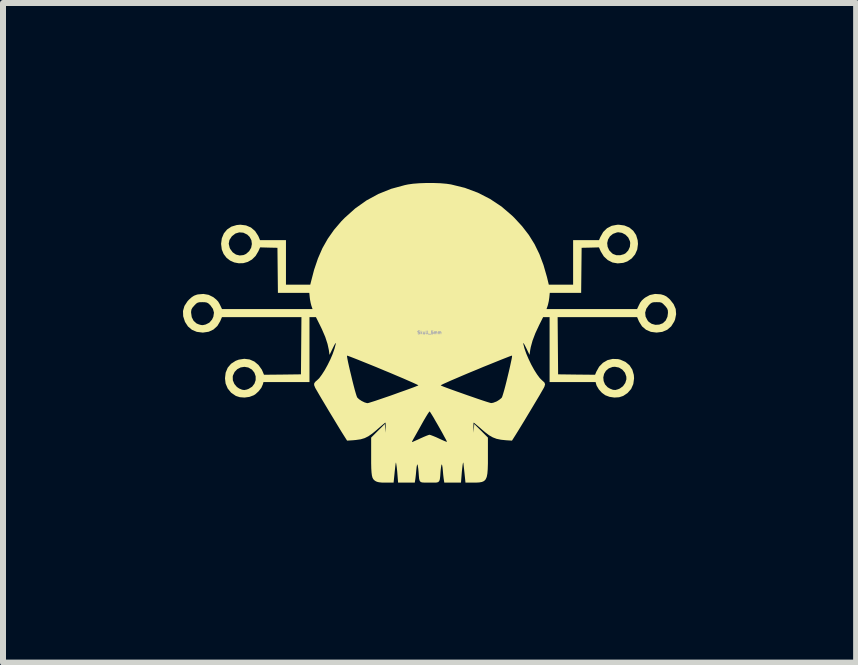
<source format=kicad_pcb>
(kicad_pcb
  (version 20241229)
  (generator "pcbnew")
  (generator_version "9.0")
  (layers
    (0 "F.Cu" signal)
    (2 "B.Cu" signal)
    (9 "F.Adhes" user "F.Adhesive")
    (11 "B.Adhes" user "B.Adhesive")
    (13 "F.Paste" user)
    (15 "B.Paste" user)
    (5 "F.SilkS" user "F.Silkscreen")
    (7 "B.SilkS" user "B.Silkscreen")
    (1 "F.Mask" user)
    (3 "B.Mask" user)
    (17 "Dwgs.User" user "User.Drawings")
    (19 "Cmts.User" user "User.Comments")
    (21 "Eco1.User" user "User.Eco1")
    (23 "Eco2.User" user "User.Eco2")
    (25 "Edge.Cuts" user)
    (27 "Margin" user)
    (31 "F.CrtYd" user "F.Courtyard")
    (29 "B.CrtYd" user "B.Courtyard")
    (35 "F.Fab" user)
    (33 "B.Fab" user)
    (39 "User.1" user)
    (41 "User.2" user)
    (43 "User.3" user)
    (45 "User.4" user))
  (footprint "Skull_5mm"
    (layer "F.Cu")
    (at 4.109 2.493)
    (property "Reference" "Skull_5mm" (at 0 0 0) (layer "F.Fab") (effects (font (size 0.05 0.05) (thickness 0.013))))
    (attr board_only exclude_from_pos_files exclude_from_bom)
    (fp_poly (pts (xy 0.066 -2.493) (xy 0.181 -2.489) (xy 0.284 -2.48) (xy 0.358 -2.469) (xy 0.589 -2.412) (xy 0.806 -2.331) (xy 1.009 -2.227) (xy 1.199 -2.101) (xy 1.375 -1.95) (xy 1.413 -1.913) (xy 1.543 -1.772) (xy 1.655 -1.627) (xy 1.75 -1.474) (xy 1.831 -1.308) (xy 1.899 -1.127) (xy 1.957 -0.926) (xy 1.979 -0.835) (xy 1.988 -0.798) (xy 2.393 -0.798) (xy 2.393 -1.492) (xy 2.961 -1.492) (xy 2.968 -1.43) (xy 2.994 -1.372) (xy 3.042 -1.322) (xy 3.058 -1.31) (xy 3.113 -1.29) (xy 3.177 -1.289) (xy 3.239 -1.306) (xy 3.269 -1.323) (xy 3.312 -1.369) (xy 3.339 -1.429) (xy 3.345 -1.494) (xy 3.34 -1.523) (xy 3.312 -1.584) (xy 3.266 -1.631) (xy 3.208 -1.662) (xy 3.145 -1.672) (xy 3.123 -1.669) (xy 3.057 -1.645) (xy 3.007 -1.604) (xy 2.975 -1.551) (xy 2.961 -1.492) (xy 2.393 -1.492) (xy 2.393 -1.541) (xy 2.825 -1.541) (xy 2.846 -1.591) (xy 2.894 -1.676) (xy 2.958 -1.739) (xy 3.037 -1.78) (xy 3.129 -1.797) (xy 3.153 -1.798) (xy 3.248 -1.785) (xy 3.33 -1.751) (xy 3.395 -1.697) (xy 3.443 -1.626) (xy 3.469 -1.539) (xy 3.474 -1.477) (xy 3.462 -1.385) (xy 3.426 -1.303) (xy 3.37 -1.236) (xy 3.297 -1.186) (xy 3.229 -1.162) (xy 3.136 -1.153) (xy 3.049 -1.168) (xy 2.971 -1.208) (xy 2.905 -1.269) (xy 2.855 -1.35) (xy 2.852 -1.356) (xy 2.824 -1.42) (xy 2.679 -1.416) (xy 2.535 -1.413) (xy 2.531 -1.037) (xy 2.527 -0.662) (xy 2.004 -0.662) (xy 1.996 -0.582) (xy 1.988 -0.527) (xy 1.976 -0.473) (xy 1.969 -0.447) (xy 1.95 -0.392) (xy 3.459 -0.392) (xy 3.486 -0.449) (xy 3.511 -0.499) (xy 3.537 -0.534) (xy 3.573 -0.567) (xy 3.597 -0.585) (xy 3.672 -0.626) (xy 3.759 -0.644) (xy 3.85 -0.638) (xy 3.861 -0.636) (xy 3.908 -0.622) (xy 3.948 -0.602) (xy 3.989 -0.568) (xy 4.008 -0.55) (xy 4.068 -0.474) (xy 4.103 -0.393) (xy 4.11 -0.306) (xy 4.092 -0.217) (xy 4.077 -0.182) (xy 4.028 -0.104) (xy 3.962 -0.047) (xy 3.88 -0.012) (xy 3.785 -0.000005) (xy 3.783 0) (xy 3.689 -0.012) (xy 3.608 -0.047) (xy 3.542 -0.103) (xy 3.493 -0.181) (xy 3.489 -0.189) (xy 3.46 -0.257) (xy 2.135 -0.257) (xy 2.139 0.22) (xy 2.143 0.696) (xy 2.451 0.7) (xy 2.759 0.703) (xy 2.78 0.652) (xy 2.827 0.568) (xy 2.891 0.503) (xy 2.967 0.459) (xy 3.052 0.439) (xy 3.142 0.442) (xy 3.179 0.451) (xy 3.266 0.489) (xy 3.333 0.545) (xy 3.38 0.618) (xy 3.405 0.706) (xy 3.409 0.763) (xy 3.396 0.858) (xy 3.36 0.94) (xy 3.3 1.008) (xy 3.228 1.056) (xy 3.16 1.078) (xy 3.08 1.083) (xy 3 1.071) (xy 2.93 1.045) (xy 2.872 1.003) (xy 2.822 0.947) (xy 2.786 0.887) (xy 2.777 0.86) (xy 2.768 0.825) (xy 2.001 0.825) (xy 2.001 0.748) (xy 2.896 0.748) (xy 2.902 0.808) (xy 2.925 0.864) (xy 2.968 0.911) (xy 3.007 0.934) (xy 3.057 0.954) (xy 3.098 0.957) (xy 3.142 0.945) (xy 3.172 0.932) (xy 3.224 0.894) (xy 3.262 0.84) (xy 3.281 0.779) (xy 3.28 0.735) (xy 3.257 0.669) (xy 3.214 0.618) (xy 3.157 0.583) (xy 3.09 0.57) (xy 3.05 0.573) (xy 2.987 0.597) (xy 2.94 0.637) (xy 2.909 0.689) (xy 2.896 0.748) (xy 2.001 0.748) (xy 2.001 -0.257) (xy 1.893 -0.257) (xy 1.827 -0.125) (xy 1.764 0.01) (xy 1.717 0.134) (xy 1.687 0.243) (xy 1.678 0.291) (xy 1.667 0.372) (xy 1.611 0.257) (xy 1.585 0.206) (xy 1.569 0.179) (xy 1.562 0.175) (xy 1.563 0.189) (xy 1.582 0.264) (xy 1.612 0.35) (xy 1.651 0.441) (xy 1.695 0.533) (xy 1.743 0.62) (xy 1.791 0.696) (xy 1.837 0.758) (xy 1.878 0.799) (xy 1.88 0.8) (xy 1.914 0.831) (xy 1.926 0.861) (xy 1.916 0.898) (xy 1.907 0.917) (xy 1.893 0.942) (xy 1.867 0.987) (xy 1.832 1.048) (xy 1.789 1.12) (xy 1.74 1.202) (xy 1.688 1.289) (xy 1.635 1.377) (xy 1.583 1.464) (xy 1.534 1.544) (xy 1.49 1.616) (xy 1.454 1.674) (xy 1.433 1.708) (xy 1.374 1.801) (xy 1.279 1.795) (xy 1.191 1.786) (xy 1.118 1.771) (xy 1.055 1.747) (xy 0.992 1.711) (xy 0.924 1.659) (xy 0.879 1.621) (xy 0.829 1.577) (xy 0.785 1.54) (xy 0.754 1.514) (xy 0.737 1.501) (xy 0.736 1.5) (xy 0.733 1.513) (xy 0.732 1.545) (xy 0.732 1.585) (xy 0.735 1.669) (xy 0.74 1.596) (xy 0.745 1.523) (xy 0.859 1.636) (xy 0.973 1.75) (xy 0.973 2.058) (xy 0.973 2.179) (xy 0.97 2.276) (xy 0.964 2.351) (xy 0.953 2.407) (xy 0.935 2.447) (xy 0.909 2.474) (xy 0.873 2.49) (xy 0.826 2.498) (xy 0.766 2.501) (xy 0.726 2.501) (xy 0.599 2.501) (xy 0.582 2.335) (xy 0.575 2.272) (xy 0.569 2.219) (xy 0.565 2.182) (xy 0.562 2.166) (xy 0.561 2.166) (xy 0.557 2.175) (xy 0.551 2.207) (xy 0.545 2.259) (xy 0.538 2.326) (xy 0.533 2.389) (xy 0.524 2.501) (xy 0.246 2.501) (xy 0.239 2.457) (xy 0.234 2.422) (xy 0.228 2.371) (xy 0.223 2.313) (xy 0.222 2.302) (xy 0.217 2.252) (xy 0.211 2.215) (xy 0.205 2.197) (xy 0.203 2.197) (xy 0.197 2.212) (xy 0.191 2.248) (xy 0.185 2.298) (xy 0.183 2.321) (xy 0.178 2.394) (xy 0.172 2.444) (xy 0.162 2.475) (xy 0.143 2.493) (xy 0.112 2.5) (xy 0.063 2.501) (xy 0 2.501) (xy -0.068 2.501) (xy -0.115 2.499) (xy -0.145 2.492) (xy -0.163 2.473) (xy -0.173 2.44) (xy -0.178 2.389) (xy -0.183 2.321) (xy -0.188 2.268) (xy -0.195 2.225) (xy -0.2 2.2) (xy -0.203 2.197) (xy -0.208 2.206) (xy -0.215 2.237) (xy -0.22 2.283) (xy -0.222 2.302) (xy -0.227 2.36) (xy -0.233 2.414) (xy -0.238 2.452) (xy -0.239 2.457) (xy -0.246 2.501) (xy -0.524 2.501) (xy -0.533 2.389) (xy -0.539 2.312) (xy -0.546 2.248) (xy -0.553 2.2) (xy -0.558 2.171) (xy -0.561 2.166) (xy -0.564 2.18) (xy -0.569 2.216) (xy -0.575 2.268) (xy -0.582 2.331) (xy -0.582 2.335) (xy -0.599 2.501) (xy -0.728 2.501) (xy -0.795 2.5) (xy -0.842 2.495) (xy -0.876 2.487) (xy -0.901 2.475) (xy -0.922 2.46) (xy -0.939 2.441) (xy -0.952 2.415) (xy -0.961 2.379) (xy -0.967 2.33) (xy -0.971 2.264) (xy -0.973 2.178) (xy -0.973 2.069) (xy -0.973 2.056) (xy -0.973 1.824) (xy -0.293 1.824) (xy -0.292 1.825) (xy -0.277 1.82) (xy -0.243 1.805) (xy -0.195 1.784) (xy -0.153 1.764) (xy -0.097 1.739) (xy -0.049 1.719) (xy -0.013 1.706) (xy 0 1.703) (xy 0.021 1.709) (xy 0.061 1.724) (xy 0.112 1.745) (xy 0.155 1.765) (xy 0.209 1.79) (xy 0.253 1.809) (xy 0.282 1.82) (xy 0.29 1.822) (xy 0.286 1.809) (xy 0.27 1.777) (xy 0.244 1.73) (xy 0.213 1.672) (xy 0.177 1.608) (xy 0.139 1.541) (xy 0.101 1.476) (xy 0.067 1.416) (xy 0.037 1.367) (xy 0.015 1.332) (xy 0.003 1.315) (xy 0.002 1.314) (xy -0.008 1.324) (xy -0.029 1.354) (xy -0.058 1.401) (xy -0.093 1.46) (xy -0.129 1.524) (xy -0.169 1.596) (xy -0.206 1.662) (xy -0.238 1.719) (xy -0.262 1.761) (xy -0.273 1.781) (xy -0.288 1.809) (xy -0.293 1.824) (xy -0.973 1.824) (xy -0.973 1.75) (xy -0.859 1.636) (xy -0.745 1.523) (xy -0.74 1.596) (xy -0.735 1.669) (xy -0.732 1.585) (xy -0.732 1.541) (xy -0.733 1.511) (xy -0.736 1.5) (xy -0.748 1.509) (xy -0.776 1.532) (xy -0.816 1.566) (xy -0.866 1.609) (xy -0.879 1.621) (xy -0.954 1.683) (xy -1.019 1.728) (xy -1.081 1.759) (xy -1.148 1.779) (xy -1.226 1.79) (xy -1.279 1.795) (xy -1.374 1.801) (xy -1.433 1.708) (xy -1.462 1.662) (xy -1.5 1.6) (xy -1.545 1.526) (xy -1.595 1.443) (xy -1.648 1.356) (xy -1.701 1.268) (xy -1.752 1.182) (xy -1.8 1.102) (xy -1.841 1.032) (xy -1.874 0.975) (xy -1.898 0.934) (xy -1.907 0.917) (xy -1.924 0.874) (xy -1.921 0.843) (xy -1.897 0.813) (xy -1.88 0.8) (xy -1.839 0.761) (xy -1.794 0.7) (xy -1.746 0.625) (xy -1.698 0.538) (xy -1.653 0.447) (xy -1.626 0.384) (xy -1.375 0.384) (xy -1.375 0.399) (xy -1.369 0.437) (xy -1.358 0.492) (xy -1.343 0.56) (xy -1.325 0.638) (xy -1.305 0.72) (xy -1.285 0.804) (xy -1.265 0.883) (xy -1.246 0.955) (xy -1.229 1.014) (xy -1.215 1.058) (xy -1.206 1.08) (xy -1.206 1.081) (xy -1.175 1.111) (xy -1.131 1.14) (xy -1.082 1.164) (xy -1.041 1.176) (xy -1.033 1.176) (xy -1.013 1.172) (xy -0.972 1.159) (xy -0.911 1.14) (xy -0.835 1.114) (xy -0.747 1.084) (xy -0.65 1.051) (xy -0.6 1.033) (xy -0.501 0.997) (xy -0.41 0.965) (xy -0.33 0.936) (xy -0.265 0.912) (xy -0.217 0.893) (xy -0.191 0.883) (xy -0.186 0.88) (xy -0.186 0.88) (xy 0.186 0.88) (xy 0.186 0.88) (xy 0.202 0.888) (xy 0.241 0.904) (xy 0.297 0.925) (xy 0.368 0.951) (xy 0.449 0.98) (xy 0.537 1.011) (xy 0.627 1.043) (xy 0.717 1.074) (xy 0.803 1.104) (xy 0.88 1.13) (xy 0.944 1.151) (xy 0.993 1.166) (xy 1.022 1.174) (xy 1.028 1.175) (xy 1.06 1.17) (xy 1.103 1.154) (xy 1.122 1.146) (xy 1.163 1.12) (xy 1.197 1.092) (xy 1.206 1.081) (xy 1.214 1.061) (xy 1.227 1.02) (xy 1.244 0.962) (xy 1.263 0.891) (xy 1.283 0.812) (xy 1.303 0.729) (xy 1.323 0.646) (xy 1.341 0.568) (xy 1.356 0.498) (xy 1.368 0.442) (xy 1.375 0.402) (xy 1.375 0.384) (xy 1.375 0.384) (xy 1.362 0.387) (xy 1.326 0.4) (xy 1.27 0.422) (xy 1.196 0.451) (xy 1.107 0.487) (xy 1.006 0.528) (xy 0.894 0.573) (xy 0.775 0.623) (xy 0.772 0.624) (xy 0.653 0.673) (xy 0.542 0.72) (xy 0.442 0.763) (xy 0.355 0.8) (xy 0.284 0.832) (xy 0.23 0.856) (xy 0.197 0.873) (xy 0.186 0.88) (xy -0.186 0.88) (xy -0.196 0.873) (xy -0.229 0.857) (xy -0.282 0.833) (xy -0.353 0.802) (xy -0.439 0.764) (xy -0.539 0.722) (xy -0.649 0.675) (xy -0.768 0.626) (xy -0.772 0.624) (xy -0.892 0.574) (xy -1.003 0.529) (xy -1.105 0.488) (xy -1.194 0.452) (xy -1.268 0.423) (xy -1.325 0.401) (xy -1.361 0.388) (xy -1.375 0.384) (xy -1.375 0.384) (xy -1.626 0.384) (xy -1.614 0.355) (xy -1.584 0.269) (xy -1.564 0.193) (xy -1.563 0.189) (xy -1.563 0.174) (xy -1.571 0.181) (xy -1.588 0.211) (xy -1.611 0.257) (xy -1.667 0.372) (xy -1.678 0.291) (xy -1.7 0.19) (xy -1.738 0.073) (xy -1.794 -0.057) (xy -1.827 -0.125) (xy -1.893 -0.257) (xy -2.001 -0.257) (xy -2.001 0.825) (xy -2.768 0.825) (xy -2.777 0.86) (xy -2.803 0.92) (xy -2.848 0.978) (xy -2.903 1.028) (xy -2.93 1.045) (xy -3.002 1.072) (xy -3.083 1.083) (xy -3.162 1.077) (xy -3.228 1.056) (xy -3.307 1.002) (xy -3.364 0.932) (xy -3.399 0.849) (xy -3.409 0.763) (xy -3.406 0.735) (xy -3.28 0.735) (xy -3.278 0.796) (xy -3.253 0.856) (xy -3.211 0.906) (xy -3.173 0.932) (xy -3.125 0.952) (xy -3.088 0.958) (xy -3.047 0.95) (xy -3.015 0.938) (xy -2.957 0.902) (xy -2.918 0.851) (xy -2.898 0.792) (xy -2.898 0.729) (xy -2.919 0.668) (xy -2.961 0.616) (xy -2.962 0.616) (xy -3.021 0.582) (xy -3.085 0.571) (xy -3.148 0.581) (xy -3.204 0.61) (xy -3.249 0.656) (xy -3.277 0.717) (xy -3.28 0.735) (xy -3.406 0.735) (xy -3.398 0.668) (xy -3.364 0.586) (xy -3.308 0.52) (xy -3.232 0.471) (xy -3.179 0.451) (xy -3.087 0.437) (xy -2.999 0.448) (xy -2.919 0.483) (xy -2.851 0.54) (xy -2.796 0.617) (xy -2.78 0.652) (xy -2.759 0.703) (xy -2.451 0.7) (xy -2.143 0.696) (xy -2.139 0.22) (xy -2.135 -0.257) (xy -3.46 -0.257) (xy -3.489 -0.189) (xy -3.536 -0.11) (xy -3.601 -0.051) (xy -3.68 -0.014) (xy -3.774 -0.000105) (xy -3.783 0) (xy -3.879 -0.012) (xy -3.96 -0.046) (xy -4.026 -0.102) (xy -4.077 -0.18) (xy -4.077 -0.182) (xy -4.106 -0.272) (xy -4.108 -0.331) (xy -3.974 -0.331) (xy -3.963 -0.256) (xy -3.932 -0.196) (xy -3.883 -0.152) (xy -3.844 -0.136) (xy -3.807 -0.126) (xy -3.78 -0.124) (xy -3.747 -0.131) (xy -3.73 -0.135) (xy -3.67 -0.165) (xy -3.625 -0.217) (xy -3.603 -0.264) (xy -3.593 -0.331) (xy -3.593 -0.333) (xy 3.594 -0.333) (xy 3.601 -0.266) (xy 3.634 -0.202) (xy 3.651 -0.181) (xy 3.702 -0.146) (xy 3.764 -0.129) (xy 3.829 -0.133) (xy 3.889 -0.156) (xy 3.89 -0.157) (xy 3.936 -0.201) (xy 3.965 -0.263) (xy 3.974 -0.328) (xy 3.972 -0.369) (xy 3.961 -0.4) (xy 3.937 -0.433) (xy 3.921 -0.45) (xy 3.89 -0.482) (xy 3.865 -0.499) (xy 3.835 -0.506) (xy 3.789 -0.507) (xy 3.786 -0.507) (xy 3.739 -0.506) (xy 3.707 -0.499) (xy 3.681 -0.482) (xy 3.656 -0.458) (xy 3.613 -0.398) (xy 3.594 -0.333) (xy -3.593 -0.333) (xy -3.61 -0.395) (xy -3.653 -0.455) (xy -3.656 -0.458) (xy -3.686 -0.486) (xy -3.712 -0.5) (xy -3.745 -0.506) (xy -3.786 -0.507) (xy -3.833 -0.506) (xy -3.863 -0.499) (xy -3.889 -0.483) (xy -3.919 -0.452) (xy -3.921 -0.45) (xy -3.953 -0.413) (xy -3.969 -0.382) (xy -3.974 -0.347) (xy -3.974 -0.331) (xy -4.108 -0.331) (xy -4.109 -0.36) (xy -4.085 -0.444) (xy -4.034 -0.522) (xy -4.008 -0.55) (xy -3.963 -0.59) (xy -3.924 -0.615) (xy -3.881 -0.631) (xy -3.861 -0.636) (xy -3.769 -0.644) (xy -3.682 -0.629) (xy -3.605 -0.591) (xy -3.597 -0.585) (xy -3.553 -0.549) (xy -3.523 -0.517) (xy -3.499 -0.476) (xy -3.486 -0.449) (xy -3.459 -0.392) (xy -1.95 -0.392) (xy -1.969 -0.447) (xy -1.981 -0.493) (xy -1.992 -0.55) (xy -1.996 -0.582) (xy -2.004 -0.662) (xy -2.527 -0.662) (xy -2.531 -1.037) (xy -2.535 -1.413) (xy -2.679 -1.416) (xy -2.824 -1.42) (xy -2.852 -1.356) (xy -2.899 -1.277) (xy -2.959 -1.218) (xy -3.029 -1.178) (xy -3.103 -1.157) (xy -3.18 -1.155) (xy -3.255 -1.169) (xy -3.324 -1.2) (xy -3.384 -1.247) (xy -3.432 -1.31) (xy -3.463 -1.386) (xy -3.474 -1.477) (xy -3.474 -1.481) (xy -3.347 -1.481) (xy -3.332 -1.416) (xy -3.323 -1.395) (xy -3.281 -1.338) (xy -3.226 -1.3) (xy -3.164 -1.285) (xy -3.1 -1.292) (xy -3.058 -1.311) (xy -3.006 -1.357) (xy -2.973 -1.414) (xy -2.961 -1.476) (xy -2.969 -1.539) (xy -2.999 -1.595) (xy -3.038 -1.633) (xy -3.104 -1.665) (xy -3.171 -1.67) (xy -3.235 -1.651) (xy -3.292 -1.607) (xy -3.296 -1.603) (xy -3.335 -1.543) (xy -3.347 -1.481) (xy -3.474 -1.481) (xy -3.462 -1.571) (xy -3.428 -1.653) (xy -3.374 -1.718) (xy -3.302 -1.766) (xy -3.215 -1.792) (xy -3.153 -1.798) (xy -3.058 -1.786) (xy -2.976 -1.751) (xy -2.908 -1.693) (xy -2.856 -1.613) (xy -2.846 -1.591) (xy -2.825 -1.541) (xy -2.393 -1.541) (xy -2.393 -0.798) (xy -1.988 -0.798) (xy -1.979 -0.835) (xy -1.924 -1.046) (xy -1.86 -1.235) (xy -1.785 -1.407) (xy -1.696 -1.564) (xy -1.592 -1.712) (xy -1.47 -1.855) (xy -1.413 -1.913) (xy -1.239 -2.069) (xy -1.053 -2.201) (xy -0.853 -2.31) (xy -0.639 -2.396) (xy -0.411 -2.458) (xy -0.358 -2.469) (xy -0.273 -2.481) (xy -0.168 -2.489) (xy -0.053 -2.493)) (stroke (width 0) (type solid)) (fill yes) (layer "F.SilkS")))
  (gr_rect
    (start -3 -3)
    (end 11.219 7.994)
    (stroke (width 0.1) (type default))
    (fill no)
    (layer "Edge.Cuts")))
</source>
